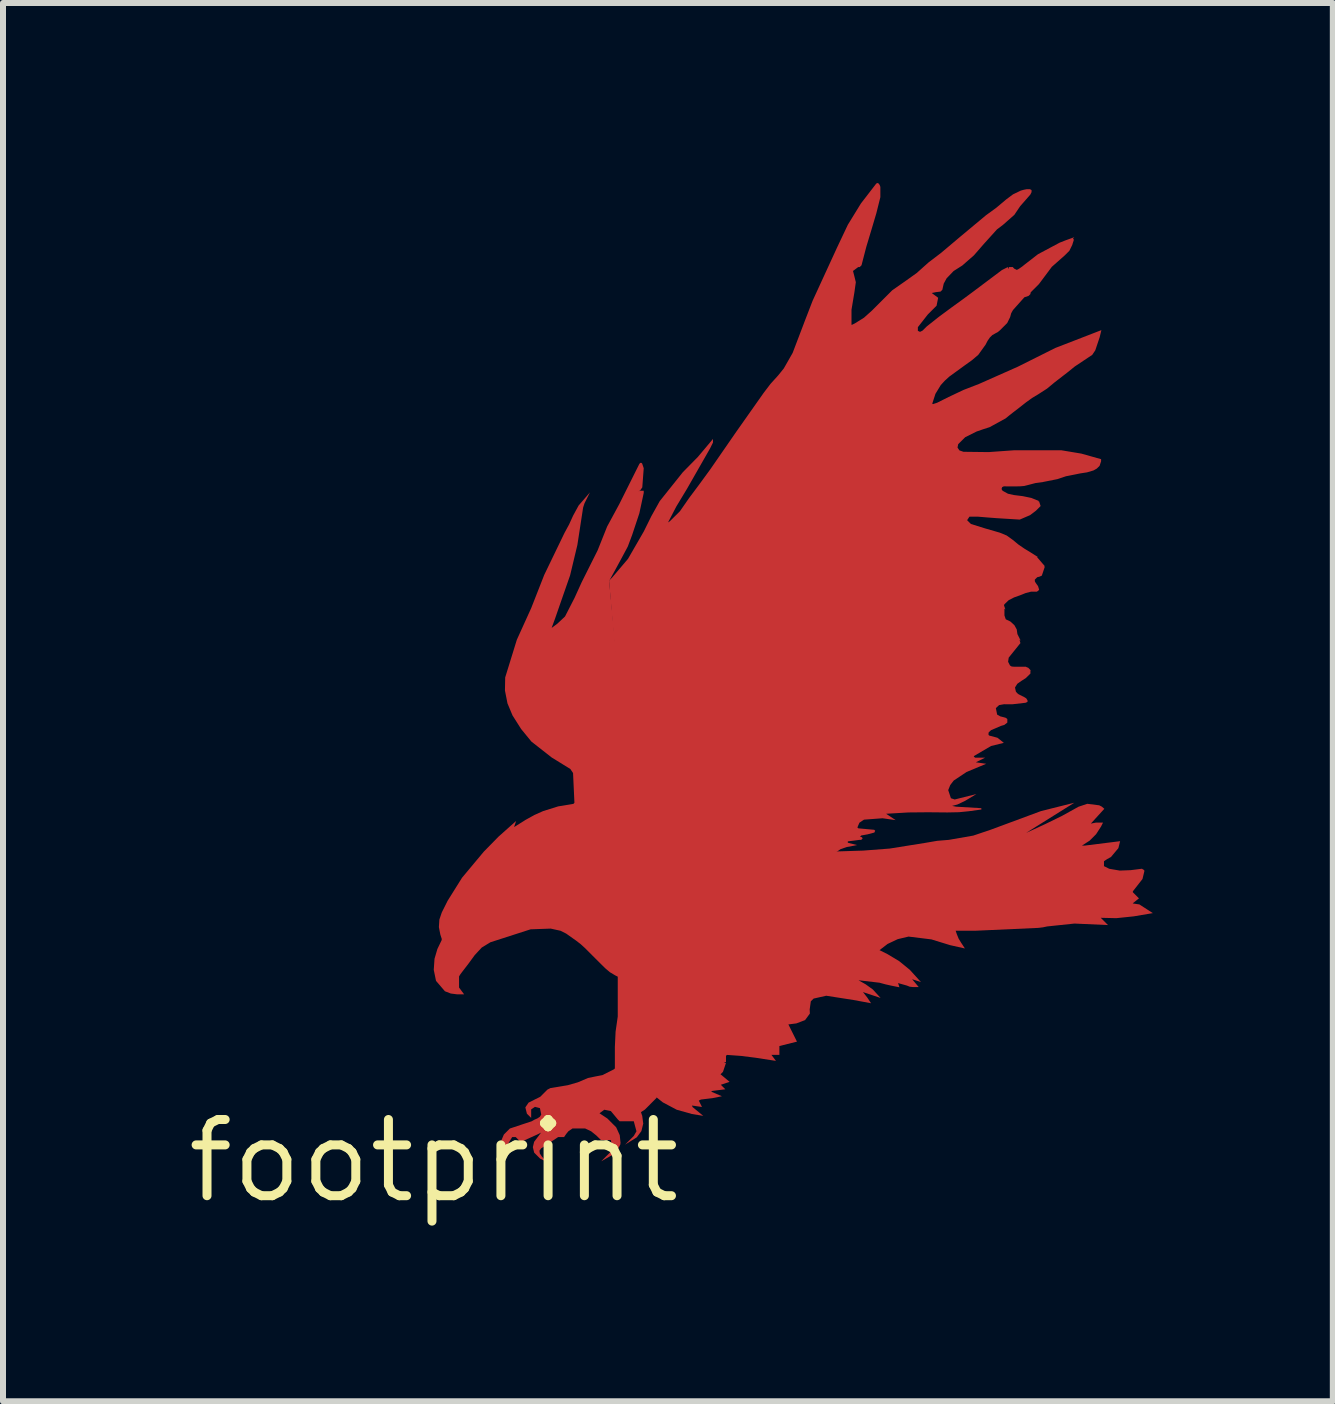
<source format=kicad_pcb>
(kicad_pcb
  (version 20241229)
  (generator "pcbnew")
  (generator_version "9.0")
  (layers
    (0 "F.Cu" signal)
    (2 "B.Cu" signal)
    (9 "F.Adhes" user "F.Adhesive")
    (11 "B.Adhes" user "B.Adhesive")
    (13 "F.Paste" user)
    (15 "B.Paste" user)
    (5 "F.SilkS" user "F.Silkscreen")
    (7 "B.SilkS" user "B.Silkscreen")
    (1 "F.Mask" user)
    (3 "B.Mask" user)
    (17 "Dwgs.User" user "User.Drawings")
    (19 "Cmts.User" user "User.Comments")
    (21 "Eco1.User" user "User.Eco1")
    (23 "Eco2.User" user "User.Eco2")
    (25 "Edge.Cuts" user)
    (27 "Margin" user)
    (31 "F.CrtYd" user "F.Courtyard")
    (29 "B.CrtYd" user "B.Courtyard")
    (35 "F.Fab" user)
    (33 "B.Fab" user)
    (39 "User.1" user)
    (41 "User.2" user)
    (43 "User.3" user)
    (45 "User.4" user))
  (footprint "footprint"
    (layer "F.Cu")
    (at 4.18 16.299)
    (property "Reference" "footprint" (at 0 0 0) (layer "F.SilkS") (effects (font (size 1.27 1.27) (thickness 0.15))))
    (fp_poly (pts (xy 0.433 -4.136) (xy 0.439 -4.147) (xy 0.563 -4.072) (xy 0.6 -3.972) (xy 0.589 -3.866) (xy 0.462 -3.74) (xy 0.261 -3.74) (xy 0.226 -3.761) (xy 0.204 -3.796) (xy 0.204 -3.92) (xy 0.216 -3.92) (xy 0.208 -3.928) (xy 0.225 -3.947) (xy 0.24 -3.947) (xy 0.227 -3.967) (xy 0.254 -4.022) (xy 0.276 -4.06) (xy 0.304 -4.097) (xy 0.362 -4.138) (xy 0.431 -4.148)) (stroke (width 0) (type solid)) (fill yes) (layer "F.Cu"))
    (fp_poly (pts (xy 9.878 -5.471) (xy 9.881 -5.471) (xy 10.191 -5.614) (xy 10.471 -5.751) (xy 10.745 -5.903) (xy 10.892 -5.952) (xy 11.09 -5.927) (xy 11.132 -5.906) (xy 11.176 -5.869) (xy 10.951 -5.622) (xy 11.037 -5.639) (xy 11.154 -5.639) (xy 11.121 -5.573) (xy 11.039 -5.446) (xy 10.931 -5.338) (xy 10.805 -5.257) (xy 10.805 -5.257) (xy 10.806 -5.255) (xy 10.845 -5.255) (xy 11.439 -5.329) (xy 11.41 -5.213) (xy 11.286 -5.065) (xy 11.223 -5.031) (xy 11.17 -4.995) (xy 11.17 -4.913) (xy 11.258 -4.869) (xy 11.434 -4.839) (xy 11.614 -4.846) (xy 11.806 -4.87) (xy 11.807 -4.858) (xy 11.816 -4.866) (xy 11.845 -4.837) (xy 11.812 -4.699) (xy 11.651 -4.493) (xy 11.651 -4.478) (xy 11.753 -4.376) (xy 11.649 -4.293) (xy 11.651 -4.293) (xy 11.651 -4.291) (xy 11.76 -4.275) (xy 11.984 -4.13) (xy 11.665 -4.076) (xy 11.376 -4.046) (xy 11.116 -4.052) (xy 11.237 -3.931) (xy 10.678 -3.956) (xy 10.222 -3.908) (xy 10.151 -3.893) (xy 10.077 -3.884) (xy 9.018 -3.836) (xy 8.698 -3.836) (xy 8.717 -3.78) (xy 8.747 -3.706) (xy 8.788 -3.638) (xy 8.812 -3.602) (xy 8.852 -3.541) (xy 8.606 -3.596) (xy 8.294 -3.692) (xy 7.913 -3.739) (xy 7.732 -3.696) (xy 7.563 -3.616) (xy 7.429 -3.513) (xy 7.557 -3.449) (xy 7.755 -3.331) (xy 7.934 -3.185) (xy 8.12 -2.98) (xy 7.972 -3.029) (xy 8.082 -2.898) (xy 7.983 -2.898) (xy 7.931 -2.904) (xy 7.884 -2.923) (xy 7.738 -2.964) (xy 7.761 -2.894) (xy 7.621 -2.922) (xy 7.524 -2.944) (xy 7.429 -2.97) (xy 7.079 -3.011) (xy 7.197 -2.944) (xy 7.317 -2.858) (xy 7.447 -2.716) (xy 7.153 -2.814) (xy 7.224 -2.724) (xy 7.288 -2.628) (xy 6.996 -2.682) (xy 6.541 -2.753) (xy 6.331 -2.706) (xy 6.284 -2.66) (xy 6.265 -2.525) (xy 6.268 -2.456) (xy 6.188 -2.347) (xy 6.043 -2.292) (xy 5.91 -2.275) (xy 6.053 -1.988) (xy 5.76 -1.915) (xy 5.76 -1.768) (xy 5.627 -1.768) (xy 5.703 -1.667) (xy 5.361 -1.72) (xy 5.122 -1.75) (xy 4.886 -1.767) (xy 4.87 -1.751) (xy 4.87 -1.647) (xy 4.846 -1.647) (xy 4.846 -1.635) (xy 4.858 -1.635) (xy 4.869 -1.631) (xy 4.82 -1.485) (xy 4.779 -1.444) (xy 4.93 -1.318) (xy 4.784 -1.269) (xy 4.859 -1.194) (xy 4.645 -1.167) (xy 4.622 -1.155) (xy 4.802 -1.078) (xy 4.643 -1.046) (xy 4.452 -1.023) (xy 4.417 -1.005) (xy 4.47 -0.899) (xy 4.302 -0.923) (xy 4.314 -0.897) (xy 4.491 -0.751) (xy 4.302 -0.782) (xy 4.049 -0.853) (xy 3.817 -0.976) (xy 3.692 -1.076) (xy 3.33 -5.134) (xy 6.709 -5.158) (xy 7.154 -5.172) (xy 7.598 -5.206) (xy 8.198 -5.302) (xy 8.39 -5.335) (xy 8.584 -5.351) (xy 8.991 -5.422) (xy 9.279 -5.519) (xy 10.121 -5.831) (xy 10.676 -5.97)) (stroke (width 0) (type solid)) (fill yes) (layer "F.Cu"))
    (fp_poly (pts (xy 1.677 -0.687) (xy 1.726 -0.708) (xy 1.767 -0.735) (xy 1.791 -0.772) (xy 1.769 -0.88) (xy 1.686 -0.901) (xy 1.623 -0.859) (xy 1.623 -0.717) (xy 1.552 -0.787) (xy 1.526 -0.892) (xy 1.579 -0.971) (xy 1.678 -1.021) (xy 1.773 -1.068) (xy 1.796 -1.09) (xy 1.819 -1.114) (xy 1.893 -1.188) (xy 1.944 -1.214) (xy 2.234 -1.262) (xy 2.401 -1.31) (xy 2.57 -1.382) (xy 2.691 -1.407) (xy 2.81 -1.43) (xy 2.999 -1.525) (xy 3.011 -1.534) (xy 3.018 -1.543) (xy 3.018 -1.9) (xy 3.03 -2.155) (xy 3.066 -2.406) (xy 3.066 -3.071) (xy 3.024 -3.092) (xy 2.934 -3.146) (xy 2.854 -3.214) (xy 2.685 -3.382) (xy 2.517 -3.55) (xy 2.448 -3.613) (xy 2.374 -3.67) (xy 2.206 -3.789) (xy 2.112 -3.836) (xy 1.949 -3.872) (xy 1.613 -3.86) (xy 0.943 -3.644) (xy 0.799 -3.556) (xy 0.683 -3.431) (xy 0.577 -3.286) (xy 0.467 -3.143) (xy 0.442 -3.109) (xy 0.421 -3.075) (xy 0.421 -2.89) (xy 0.505 -2.777) (xy 0.384 -2.777) (xy 0.283 -2.79) (xy 0.19 -2.826) (xy 0.187 -2.826) (xy 0.037 -3.001) (xy -0.000453 -3.184) (xy 0.012 -3.369) (xy 0.06 -3.532) (xy 0.132 -3.682) (xy 0.132 -3.702) (xy 0.109 -3.773) (xy 0.085 -3.896) (xy 0.093 -4.022) (xy 0.133 -4.141) (xy 0.23 -4.335) (xy 0.471 -4.72) (xy 0.833 -5.154) (xy 1.078 -5.404) (xy 1.372 -5.666) (xy 1.339 -5.567) (xy 1.343 -5.567) (xy 1.533 -5.686) (xy 1.675 -5.765) (xy 1.823 -5.831) (xy 2.073 -5.909) (xy 2.327 -5.951) (xy 2.344 -5.969) (xy 2.321 -6.465) (xy 2.276 -6.532) (xy 1.965 -6.724) (xy 1.627 -6.989) (xy 1.456 -7.198) (xy 1.312 -7.425) (xy 1.228 -7.626) (xy 1.186 -7.84) (xy 1.19 -8.058) (xy 1.384 -8.686) (xy 1.624 -9.215) (xy 1.841 -9.768) (xy 2.178 -10.466) (xy 2.255 -10.608) (xy 2.322 -10.755) (xy 2.414 -10.924) (xy 2.603 -11.143) (xy 2.512 -10.961) (xy 2.489 -10.891) (xy 2.393 -10.266) (xy 2.272 -9.76) (xy 2.079 -9.206) (xy 2.021 -9.038) (xy 1.965 -8.886) (xy 1.968 -8.886) (xy 2.06 -8.955) (xy 2.187 -9.074) (xy 2.346 -9.384) (xy 2.466 -9.648) (xy 2.731 -10.177) (xy 2.889 -10.573) (xy 3.092 -10.948) (xy 3.428 -11.621) (xy 3.439 -11.615) (xy 3.43 -11.624) (xy 3.441 -11.634) (xy 3.461 -11.634) (xy 3.473 -11.622) (xy 3.499 -11.545) (xy 3.475 -11.226) (xy 3.442 -11.179) (xy 3.411 -11.158) (xy 3.436 -11.17) (xy 3.499 -11.17) (xy 3.499 -11.133) (xy 3.426 -10.794) (xy 3.306 -10.433) (xy 3.233 -10.239) (xy 3.149 -10.082) (xy 3.065 -9.926) (xy 2.993 -9.794) (xy 2.922 -9.665) (xy 3.45 -4.197) (xy 3.45 -4.197) (xy 3.451 -4.186) (xy 3.452 -4.173) (xy 3.452 -4.173) (xy 3.716 -1.054) (xy 3.519 -0.856) (xy 3.453 -0.813) (xy 3.471 -0.758) (xy 3.473 -0.758) (xy 3.491 -0.622) (xy 3.46 -0.497) (xy 3.384 -0.394) (xy 3.188 -0.271) (xy 3.333 -0.416) (xy 3.378 -0.494) (xy 3.333 -0.661) (xy 3.097 -0.661) (xy 3.069 -0.689) (xy 2.951 -0.831) (xy 2.841 -0.853) (xy 2.762 -0.794) (xy 2.893 -0.707) (xy 3.04 -0.56) (xy 3.099 -0.43) (xy 3.114 -0.29) (xy 3.102 -0.289) (xy 3.113 -0.283) (xy 3.039 -0.136) (xy 2.79 0.007) (xy 2.948 -0.152) (xy 2.985 -0.215) (xy 2.949 -0.349) (xy 2.785 -0.349) (xy 2.709 -0.424) (xy 2.622 -0.494) (xy 2.522 -0.541) (xy 2.312 -0.541) (xy 2.245 -0.496) (xy 2.208 -0.451) (xy 2.171 -0.397) (xy 2.072 -0.397) (xy 1.858 -0.255) (xy 1.822 -0.23) (xy 1.788 -0.208) (xy 1.761 -0.17) (xy 1.767 -0.125) (xy 1.798 -0.077) (xy 1.877 0.014) (xy 1.777 -0.036) (xy 1.775 -0.036) (xy 1.673 -0.138) (xy 1.651 -0.229) (xy 1.672 -0.318) (xy 1.788 -0.472) (xy 1.737 -0.446) (xy 1.47 -0.325) (xy 1.438 -0.325) (xy 1.366 -0.397) (xy 1.306 -0.397) (xy 1.238 -0.285) (xy 1.238 -0.125) (xy 1.171 -0.159) (xy 1.169 -0.161) (xy 1.118 -0.237) (xy 1.127 -0.344) (xy 1.168 -0.44) (xy 1.268 -0.54) (xy 1.487 -0.613) (xy 1.63 -0.66)) (stroke (width 0) (type solid)) (fill yes) (layer "F.Cu"))
    (fp_poly (pts (xy 7.415 -16.29) (xy 7.433 -16.263) (xy 7.443 -16.234) (xy 7.443 -16.063) (xy 7.376 -15.795) (xy 7.298 -15.532) (xy 7.208 -15.233) (xy 7.129 -14.928) (xy 7.099 -14.898) (xy 7.074 -14.898) (xy 6.987 -14.833) (xy 7.01 -14.744) (xy 7.034 -14.646) (xy 7.01 -14.475) (xy 6.962 -14.187) (xy 6.962 -13.936) (xy 6.971 -13.936) (xy 7.016 -13.958) (xy 7.169 -14.053) (xy 7.303 -14.173) (xy 7.64 -14.51) (xy 7.881 -14.679) (xy 8.049 -14.799) (xy 8.246 -14.975) (xy 8.457 -15.136) (xy 8.77 -15.4) (xy 9.203 -15.761) (xy 9.376 -15.887) (xy 9.54 -16.025) (xy 9.654 -16.11) (xy 9.783 -16.172) (xy 9.832 -16.186) (xy 9.883 -16.196) (xy 9.935 -16.196) (xy 9.957 -16.185) (xy 9.967 -16.166) (xy 9.956 -16.16) (xy 9.967 -16.155) (xy 9.942 -16.105) (xy 9.773 -15.912) (xy 9.676 -15.768) (xy 9.483 -15.598) (xy 9.387 -15.526) (xy 9.171 -15.287) (xy 9.003 -15.094) (xy 8.809 -14.924) (xy 8.664 -14.832) (xy 8.547 -14.71) (xy 8.499 -14.622) (xy 8.476 -14.519) (xy 8.446 -14.489) (xy 8.37 -14.48) (xy 8.302 -14.466) (xy 8.301 -14.465) (xy 8.304 -14.462) (xy 8.406 -14.386) (xy 8.38 -14.254) (xy 8.234 -14.108) (xy 8.068 -13.896) (xy 8.068 -13.835) (xy 8.104 -13.818) (xy 8.145 -13.838) (xy 8.217 -13.909) (xy 8.419 -14.069) (xy 8.626 -14.222) (xy 8.807 -14.353) (xy 8.987 -14.486) (xy 9.469 -14.848) (xy 9.566 -14.897) (xy 9.571 -14.886) (xy 9.571 -14.874) (xy 9.583 -14.874) (xy 9.583 -14.898) (xy 9.655 -14.898) (xy 9.655 -14.891) (xy 9.674 -14.872) (xy 9.716 -14.851) (xy 9.735 -14.859) (xy 9.757 -14.872) (xy 9.806 -14.906) (xy 9.852 -14.943) (xy 10.07 -15.112) (xy 10.432 -15.305) (xy 10.529 -15.343) (xy 10.676 -15.396) (xy 10.653 -15.373) (xy 10.665 -15.362) (xy 10.665 -15.341) (xy 10.652 -15.303) (xy 10.641 -15.266) (xy 10.593 -15.169) (xy 10.517 -15.093) (xy 10.301 -14.902) (xy 10.085 -14.613) (xy 9.965 -14.493) (xy 9.948 -14.475) (xy 9.944 -14.452) (xy 9.944 -14.448) (xy 9.914 -14.418) (xy 9.843 -14.394) (xy 9.653 -14.181) (xy 9.623 -14.127) (xy 9.606 -14.064) (xy 9.557 -13.965) (xy 9.495 -13.903) (xy 9.435 -13.843) (xy 9.4 -13.814) (xy 9.36 -13.793) (xy 9.309 -13.764) (xy 9.268 -13.724) (xy 9.229 -13.667) (xy 9.197 -13.605) (xy 9.075 -13.435) (xy 8.969 -13.345) (xy 8.857 -13.265) (xy 8.593 -13.073) (xy 8.518 -13.005) (xy 8.45 -12.931) (xy 8.361 -12.785) (xy 8.309 -12.625) (xy 8.312 -12.616) (xy 8.32 -12.614) (xy 8.388 -12.636) (xy 8.484 -12.684) (xy 8.58 -12.732) (xy 8.829 -12.85) (xy 9.085 -12.949) (xy 9.734 -13.237) (xy 10.36 -13.55) (xy 11.127 -13.847) (xy 11.098 -13.728) (xy 11.025 -13.51) (xy 10.974 -13.434) (xy 10.9 -13.385) (xy 10.684 -13.241) (xy 10.565 -13.145) (xy 10.348 -12.977) (xy 10.221 -12.872) (xy 10.083 -12.783) (xy 9.972 -12.716) (xy 9.867 -12.64) (xy 9.759 -12.555) (xy 9.651 -12.472) (xy 9.59 -12.424) (xy 9.53 -12.375) (xy 9.263 -12.229) (xy 9.154 -12.194) (xy 9.047 -12.157) (xy 8.857 -12.062) (xy 8.74 -11.946) (xy 8.729 -11.889) (xy 8.761 -11.842) (xy 8.828 -11.819) (xy 9.247 -11.814) (xy 9.667 -11.844) (xy 10.462 -11.844) (xy 10.792 -11.789) (xy 11.122 -11.696) (xy 11.122 -11.661) (xy 11.097 -11.585) (xy 11.05 -11.539) (xy 10.995 -11.508) (xy 10.886 -11.476) (xy 10.776 -11.459) (xy 10.536 -11.411) (xy 10.465 -11.387) (xy 10.392 -11.363) (xy 10.15 -11.315) (xy 10.029 -11.298) (xy 9.911 -11.267) (xy 9.839 -11.249) (xy 9.764 -11.243) (xy 9.631 -11.242) (xy 9.501 -11.243) (xy 9.474 -11.231) (xy 9.464 -11.205) (xy 9.468 -11.185) (xy 9.483 -11.168) (xy 9.57 -11.12) (xy 9.669 -11.098) (xy 9.815 -11.08) (xy 9.959 -11.05) (xy 10.081 -11.001) (xy 10.076 -10.99) (xy 10.088 -10.994) (xy 10.114 -10.915) (xy 10.036 -10.837) (xy 9.938 -10.763) (xy 9.766 -10.689) (xy 9.378 -10.713) (xy 9.221 -10.725) (xy 9.066 -10.738) (xy 8.928 -10.738) (xy 8.889 -10.679) (xy 8.952 -10.616) (xy 9.189 -10.542) (xy 9.431 -10.472) (xy 9.548 -10.424) (xy 9.651 -10.35) (xy 9.743 -10.274) (xy 9.842 -10.206) (xy 9.939 -10.147) (xy 10.07 -10.064) (xy 10.054 -10.064) (xy 10.181 -9.916) (xy 10.172 -9.908) (xy 10.184 -9.904) (xy 10.134 -9.755) (xy 10.093 -9.737) (xy 10.058 -9.729) (xy 10.016 -9.687) (xy 10.019 -9.656) (xy 10.038 -9.626) (xy 10.071 -9.58) (xy 10.088 -9.525) (xy 10.088 -9.518) (xy 10.061 -9.491) (xy 10.052 -9.499) (xy 10.052 -9.487) (xy 9.956 -9.488) (xy 9.863 -9.464) (xy 9.768 -9.426) (xy 9.672 -9.392) (xy 9.581 -9.345) (xy 9.509 -9.276) (xy 9.504 -9.258) (xy 9.527 -9.19) (xy 9.511 -9.206) (xy 9.511 -9.092) (xy 9.533 -9.027) (xy 9.609 -8.991) (xy 9.677 -8.929) (xy 9.716 -8.858) (xy 9.727 -8.781) (xy 9.783 -8.669) (xy 9.762 -8.69) (xy 9.777 -8.63) (xy 9.677 -8.506) (xy 9.582 -8.388) (xy 9.572 -8.319) (xy 9.604 -8.257) (xy 9.632 -8.24) (xy 9.668 -8.237) (xy 9.872 -8.237) (xy 9.872 -8.233) (xy 9.908 -8.219) (xy 9.949 -8.176) (xy 9.944 -8.171) (xy 9.944 -8.123) (xy 9.867 -8.047) (xy 9.793 -8) (xy 9.725 -7.952) (xy 9.687 -7.89) (xy 9.702 -7.821) (xy 9.722 -7.798) (xy 9.746 -7.778) (xy 9.842 -7.73) (xy 9.874 -7.71) (xy 9.896 -7.675) (xy 9.896 -7.671) (xy 9.895 -7.65) (xy 9.863 -7.636) (xy 9.644 -7.611) (xy 9.511 -7.611) (xy 9.511 -7.613) (xy 9.422 -7.597) (xy 9.368 -7.547) (xy 9.389 -7.439) (xy 9.44 -7.41) (xy 9.502 -7.394) (xy 9.531 -7.386) (xy 9.559 -7.365) (xy 9.559 -7.305) (xy 9.509 -7.267) (xy 9.455 -7.251) (xy 9.289 -7.18) (xy 9.266 -7.159) (xy 9.246 -7.138) (xy 9.246 -7.1) (xy 9.261 -7.088) (xy 9.286 -7.082) (xy 9.394 -7.053) (xy 9.501 -6.968) (xy 9.287 -6.915) (xy 9.004 -6.749) (xy 9 -6.74) (xy 9.022 -6.721) (xy 9.189 -6.721) (xy 9.034 -6.644) (xy 9.207 -6.619) (xy 8.879 -6.482) (xy 8.666 -6.34) (xy 8.608 -6.265) (xy 8.574 -6.18) (xy 8.619 -6.045) (xy 8.682 -6.024) (xy 9.045 -6.115) (xy 8.855 -6.001) (xy 8.726 -5.94) (xy 8.639 -5.917) (xy 8.707 -5.904) (xy 9.126 -5.879) (xy 9.127 -5.857) (xy 8.947 -5.832) (xy 8.755 -5.812) (xy 8.561 -5.808) (xy 8.237 -5.811) (xy 7.912 -5.808) (xy 7.539 -5.786) (xy 7.698 -5.68) (xy 7.479 -5.711) (xy 7.17 -5.688) (xy 7.094 -5.637) (xy 7.06 -5.558) (xy 7.076 -5.543) (xy 7.34 -5.519) (xy 7.357 -5.503) (xy 7.343 -5.473) (xy 7.23 -5.443) (xy 7.124 -5.424) (xy 7.108 -5.408) (xy 7.109 -5.402) (xy 7.122 -5.398) (xy 7.137 -5.394) (xy 7.147 -5.372) (xy 7.123 -5.351) (xy 7.095 -5.351) (xy 7 -5.338) (xy 6.907 -5.327) (xy 6.895 -5.315) (xy 6.908 -5.301) (xy 7.053 -5.265) (xy 6.881 -5.231) (xy 6.78 -5.196) (xy 6.689 -5.134) (xy 3.308 -5.11) (xy 2.921 -9.672) (xy 2.973 -9.724) (xy 3.237 -10.035) (xy 3.5 -10.491) (xy 3.626 -10.746) (xy 3.766 -10.997) (xy 4.151 -11.479) (xy 4.402 -11.734) (xy 4.653 -12.033) (xy 4.653 -11.973) (xy 4.604 -11.874) (xy 4.219 -11.2) (xy 4.041 -10.905) (xy 3.904 -10.641) (xy 3.936 -10.663) (xy 4.103 -10.829) (xy 4.255 -11.048) (xy 4.415 -11.262) (xy 4.608 -11.526) (xy 5.04 -12.151) (xy 5.498 -12.801) (xy 5.612 -12.951) (xy 5.738 -13.09) (xy 5.834 -13.209) (xy 5.981 -13.467) (xy 6.193 -14.024) (xy 6.314 -14.337) (xy 6.723 -15.227) (xy 6.901 -15.603) (xy 7.119 -15.958) (xy 7.375 -16.29) (xy 7.395 -16.299)) (stroke (width 0) (type solid)) (fill yes) (layer "F.Cu")))
  (gr_rect
    (start -3 -3)
    (end 19.164 20.305)
    (stroke (width 0.1) (type default))
    (fill no)
    (layer "Edge.Cuts")))
</source>
